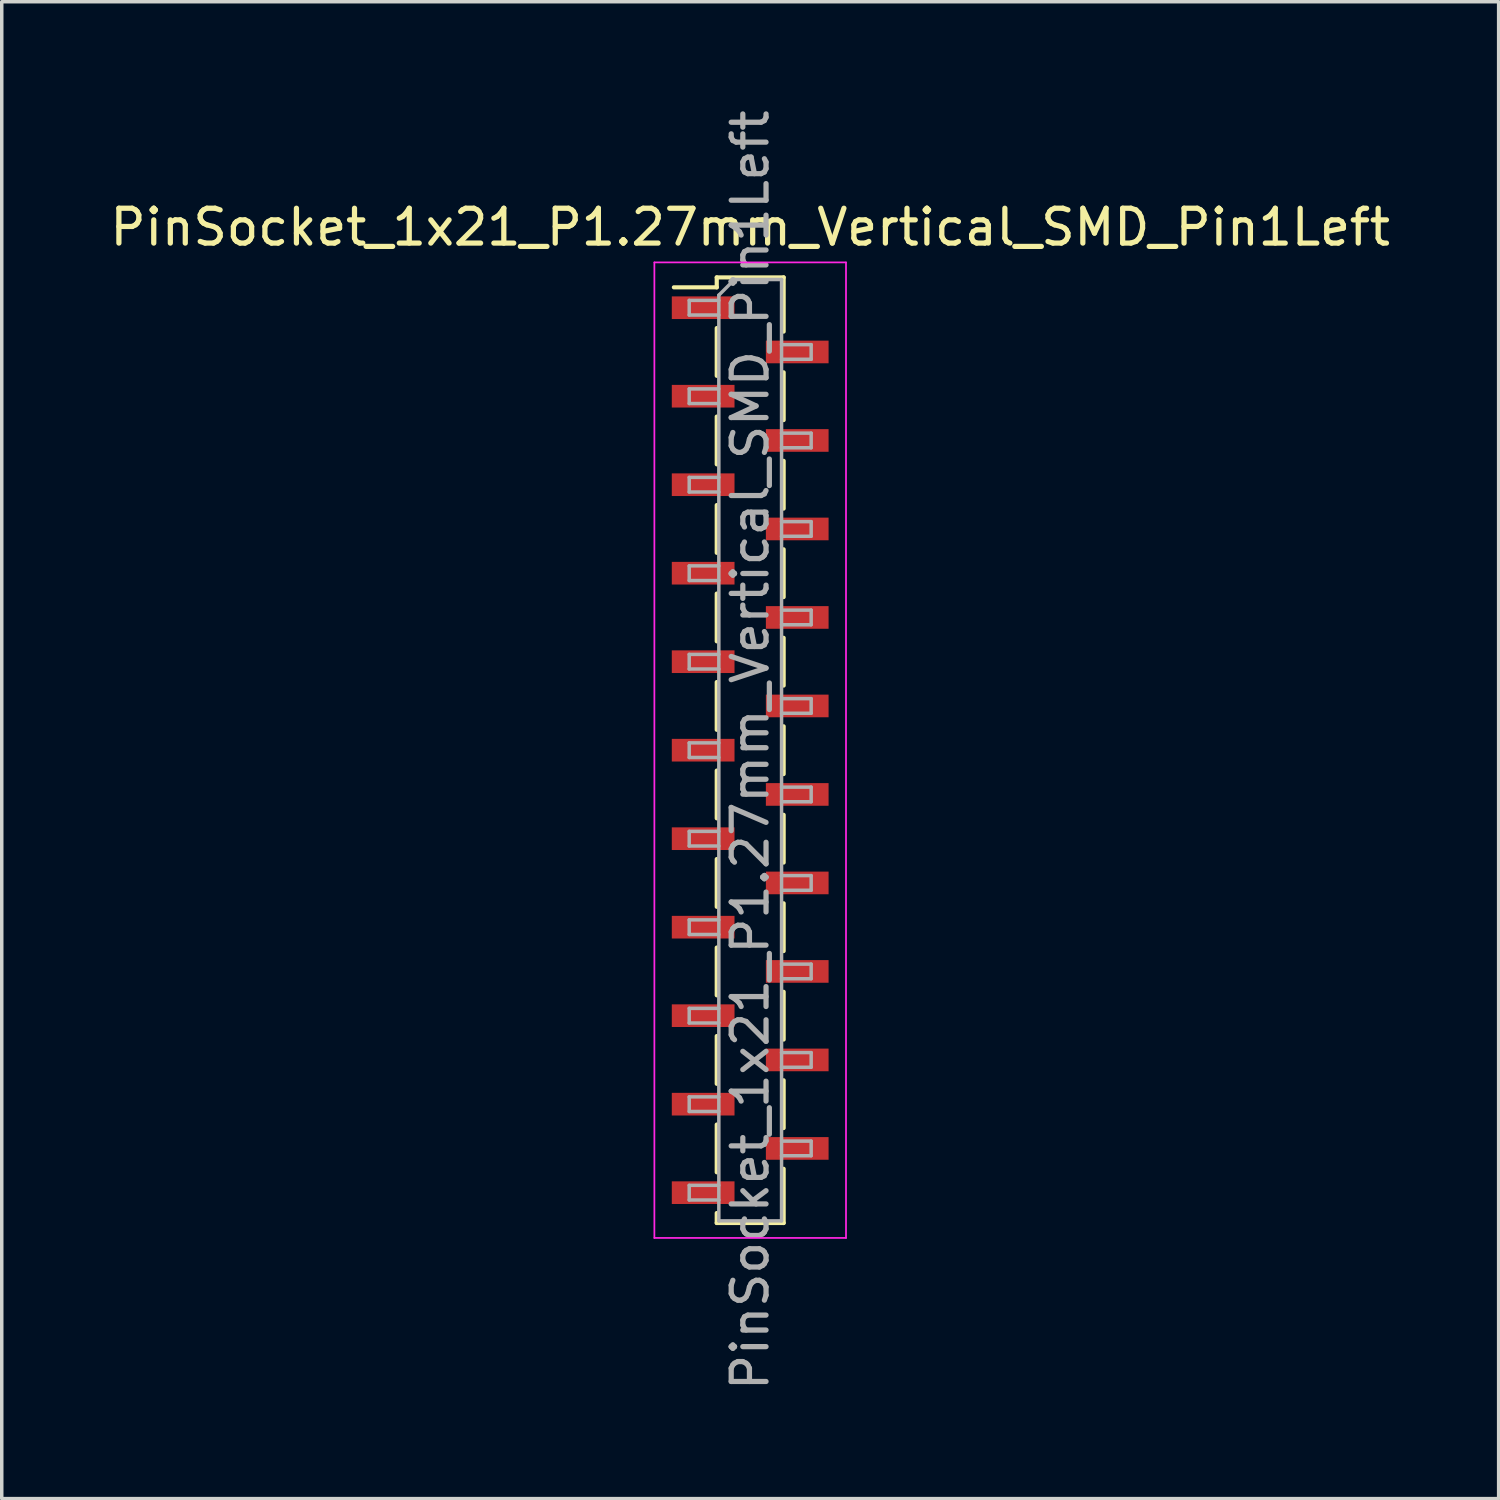
<source format=kicad_pcb>
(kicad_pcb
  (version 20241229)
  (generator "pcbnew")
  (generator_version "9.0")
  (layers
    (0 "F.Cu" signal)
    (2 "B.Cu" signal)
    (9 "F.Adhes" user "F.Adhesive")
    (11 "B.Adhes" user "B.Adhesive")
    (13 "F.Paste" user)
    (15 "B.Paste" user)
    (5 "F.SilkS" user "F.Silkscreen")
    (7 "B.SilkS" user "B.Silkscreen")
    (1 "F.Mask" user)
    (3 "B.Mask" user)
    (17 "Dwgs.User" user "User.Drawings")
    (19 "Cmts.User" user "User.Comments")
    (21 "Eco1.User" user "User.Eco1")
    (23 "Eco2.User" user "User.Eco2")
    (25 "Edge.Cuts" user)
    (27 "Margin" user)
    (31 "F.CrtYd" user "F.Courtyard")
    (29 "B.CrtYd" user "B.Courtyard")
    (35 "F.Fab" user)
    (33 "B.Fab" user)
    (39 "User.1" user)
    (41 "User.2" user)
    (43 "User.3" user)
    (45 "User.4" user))
  (footprint "PinSocket_1x21_P1.27mm_Vertical_SMD_Pin1Left"
    (layer "F.Cu")
    (at 18.482 18.482)
    (property "Reference" "PinSocket_1x21_P1.27mm_Vertical_SMD_Pin1Left" (at 0 -15.01 0) (layer "F.SilkS") (effects (font (size 1 1) (thickness 0.15))))
    (attr smd)
    (fp_line (start -2.19 -13.285) (end -0.96 -13.285) (stroke (width 0.12) (type solid)) (layer "F.SilkS"))
    (fp_line (start -0.96 -13.57) (end -0.96 -13.285) (stroke (width 0.12) (type solid)) (layer "F.SilkS"))
    (fp_line (start -0.96 -13.57) (end 0.96 -13.57) (stroke (width 0.12) (type solid)) (layer "F.SilkS"))
    (fp_line (start -0.96 -12.115) (end -0.96 -10.745) (stroke (width 0.12) (type solid)) (layer "F.SilkS"))
    (fp_line (start -0.96 -9.575) (end -0.96 -8.205) (stroke (width 0.12) (type solid)) (layer "F.SilkS"))
    (fp_line (start -0.96 -7.035) (end -0.96 -5.665) (stroke (width 0.12) (type solid)) (layer "F.SilkS"))
    (fp_line (start -0.96 -4.495) (end -0.96 -3.125) (stroke (width 0.12) (type solid)) (layer "F.SilkS"))
    (fp_line (start -0.96 -1.955) (end -0.96 -0.585) (stroke (width 0.12) (type solid)) (layer "F.SilkS"))
    (fp_line (start -0.96 0.585) (end -0.96 1.955) (stroke (width 0.12) (type solid)) (layer "F.SilkS"))
    (fp_line (start -0.96 3.125) (end -0.96 4.495) (stroke (width 0.12) (type solid)) (layer "F.SilkS"))
    (fp_line (start -0.96 5.665) (end -0.96 7.035) (stroke (width 0.12) (type solid)) (layer "F.SilkS"))
    (fp_line (start -0.96 8.205) (end -0.96 9.575) (stroke (width 0.12) (type solid)) (layer "F.SilkS"))
    (fp_line (start -0.96 10.745) (end -0.96 12.115) (stroke (width 0.12) (type solid)) (layer "F.SilkS"))
    (fp_line (start -0.96 13.285) (end -0.96 13.57) (stroke (width 0.12) (type solid)) (layer "F.SilkS"))
    (fp_line (start -0.96 13.57) (end 0.96 13.57) (stroke (width 0.12) (type solid)) (layer "F.SilkS"))
    (fp_line (start 0.96 -13.57) (end 0.96 -12.015) (stroke (width 0.12) (type solid)) (layer "F.SilkS"))
    (fp_line (start 0.96 -10.845) (end 0.96 -9.475) (stroke (width 0.12) (type solid)) (layer "F.SilkS"))
    (fp_line (start 0.96 -8.305) (end 0.96 -6.935) (stroke (width 0.12) (type solid)) (layer "F.SilkS"))
    (fp_line (start 0.96 -5.765) (end 0.96 -4.395) (stroke (width 0.12) (type solid)) (layer "F.SilkS"))
    (fp_line (start 0.96 -3.225) (end 0.96 -1.855) (stroke (width 0.12) (type solid)) (layer "F.SilkS"))
    (fp_line (start 0.96 -0.685) (end 0.96 0.685) (stroke (width 0.12) (type solid)) (layer "F.SilkS"))
    (fp_line (start 0.96 1.855) (end 0.96 3.225) (stroke (width 0.12) (type solid)) (layer "F.SilkS"))
    (fp_line (start 0.96 4.395) (end 0.96 5.765) (stroke (width 0.12) (type solid)) (layer "F.SilkS"))
    (fp_line (start 0.96 6.935) (end 0.96 8.305) (stroke (width 0.12) (type solid)) (layer "F.SilkS"))
    (fp_line (start 0.96 9.475) (end 0.96 10.845) (stroke (width 0.12) (type solid)) (layer "F.SilkS"))
    (fp_line (start 0.96 12.015) (end 0.96 13.57) (stroke (width 0.12) (type solid)) (layer "F.SilkS"))
    (fp_line (start -2.75 -14) (end 2.75 -14) (stroke (width 0.05) (type solid)) (layer "F.CrtYd"))
    (fp_line (start -2.75 14) (end -2.75 -14) (stroke (width 0.05) (type solid)) (layer "F.CrtYd"))
    (fp_line (start 2.75 -14) (end 2.75 14) (stroke (width 0.05) (type solid)) (layer "F.CrtYd"))
    (fp_line (start 2.75 14) (end -2.75 14) (stroke (width 0.05) (type solid)) (layer "F.CrtYd"))
    (fp_line (start -1.75 -12.91) (end -0.9 -12.91) (stroke (width 0.1) (type solid)) (layer "F.Fab"))
    (fp_line (start -1.75 -12.49) (end -1.75 -12.91) (stroke (width 0.1) (type solid)) (layer "F.Fab"))
    (fp_line (start -1.75 -10.37) (end -0.9 -10.37) (stroke (width 0.1) (type solid)) (layer "F.Fab"))
    (fp_line (start -1.75 -9.95) (end -1.75 -10.37) (stroke (width 0.1) (type solid)) (layer "F.Fab"))
    (fp_line (start -1.75 -7.83) (end -0.9 -7.83) (stroke (width 0.1) (type solid)) (layer "F.Fab"))
    (fp_line (start -1.75 -7.41) (end -1.75 -7.83) (stroke (width 0.1) (type solid)) (layer "F.Fab"))
    (fp_line (start -1.75 -5.29) (end -0.9 -5.29) (stroke (width 0.1) (type solid)) (layer "F.Fab"))
    (fp_line (start -1.75 -4.87) (end -1.75 -5.29) (stroke (width 0.1) (type solid)) (layer "F.Fab"))
    (fp_line (start -1.75 -2.75) (end -0.9 -2.75) (stroke (width 0.1) (type solid)) (layer "F.Fab"))
    (fp_line (start -1.75 -2.33) (end -1.75 -2.75) (stroke (width 0.1) (type solid)) (layer "F.Fab"))
    (fp_line (start -1.75 -0.21) (end -0.9 -0.21) (stroke (width 0.1) (type solid)) (layer "F.Fab"))
    (fp_line (start -1.75 0.21) (end -1.75 -0.21) (stroke (width 0.1) (type solid)) (layer "F.Fab"))
    (fp_line (start -1.75 2.33) (end -0.9 2.33) (stroke (width 0.1) (type solid)) (layer "F.Fab"))
    (fp_line (start -1.75 2.75) (end -1.75 2.33) (stroke (width 0.1) (type solid)) (layer "F.Fab"))
    (fp_line (start -1.75 4.87) (end -0.9 4.87) (stroke (width 0.1) (type solid)) (layer "F.Fab"))
    (fp_line (start -1.75 5.29) (end -1.75 4.87) (stroke (width 0.1) (type solid)) (layer "F.Fab"))
    (fp_line (start -1.75 7.41) (end -0.9 7.41) (stroke (width 0.1) (type solid)) (layer "F.Fab"))
    (fp_line (start -1.75 7.83) (end -1.75 7.41) (stroke (width 0.1) (type solid)) (layer "F.Fab"))
    (fp_line (start -1.75 9.95) (end -0.9 9.95) (stroke (width 0.1) (type solid)) (layer "F.Fab"))
    (fp_line (start -1.75 10.37) (end -1.75 9.95) (stroke (width 0.1) (type solid)) (layer "F.Fab"))
    (fp_line (start -1.75 12.49) (end -0.9 12.49) (stroke (width 0.1) (type solid)) (layer "F.Fab"))
    (fp_line (start -1.75 12.91) (end -1.75 12.49) (stroke (width 0.1) (type solid)) (layer "F.Fab"))
    (fp_line (start -0.9 -13.06) (end -0.45 -13.51) (stroke (width 0.1) (type solid)) (layer "F.Fab"))
    (fp_line (start -0.9 -12.49) (end -1.75 -12.49) (stroke (width 0.1) (type solid)) (layer "F.Fab"))
    (fp_line (start -0.9 -9.95) (end -1.75 -9.95) (stroke (width 0.1) (type solid)) (layer "F.Fab"))
    (fp_line (start -0.9 -7.41) (end -1.75 -7.41) (stroke (width 0.1) (type solid)) (layer "F.Fab"))
    (fp_line (start -0.9 -4.87) (end -1.75 -4.87) (stroke (width 0.1) (type solid)) (layer "F.Fab"))
    (fp_line (start -0.9 -2.33) (end -1.75 -2.33) (stroke (width 0.1) (type solid)) (layer "F.Fab"))
    (fp_line (start -0.9 0.21) (end -1.75 0.21) (stroke (width 0.1) (type solid)) (layer "F.Fab"))
    (fp_line (start -0.9 2.75) (end -1.75 2.75) (stroke (width 0.1) (type solid)) (layer "F.Fab"))
    (fp_line (start -0.9 5.29) (end -1.75 5.29) (stroke (width 0.1) (type solid)) (layer "F.Fab"))
    (fp_line (start -0.9 7.83) (end -1.75 7.83) (stroke (width 0.1) (type solid)) (layer "F.Fab"))
    (fp_line (start -0.9 10.37) (end -1.75 10.37) (stroke (width 0.1) (type solid)) (layer "F.Fab"))
    (fp_line (start -0.9 12.91) (end -1.75 12.91) (stroke (width 0.1) (type solid)) (layer "F.Fab"))
    (fp_line (start -0.9 13.51) (end -0.9 -13.06) (stroke (width 0.1) (type solid)) (layer "F.Fab"))
    (fp_line (start -0.45 -13.51) (end 0.9 -13.51) (stroke (width 0.1) (type solid)) (layer "F.Fab"))
    (fp_line (start 0.9 -13.51) (end 0.9 13.51) (stroke (width 0.1) (type solid)) (layer "F.Fab"))
    (fp_line (start 0.9 -11.64) (end 1.75 -11.64) (stroke (width 0.1) (type solid)) (layer "F.Fab"))
    (fp_line (start 0.9 -9.1) (end 1.75 -9.1) (stroke (width 0.1) (type solid)) (layer "F.Fab"))
    (fp_line (start 0.9 -6.56) (end 1.75 -6.56) (stroke (width 0.1) (type solid)) (layer "F.Fab"))
    (fp_line (start 0.9 -4.02) (end 1.75 -4.02) (stroke (width 0.1) (type solid)) (layer "F.Fab"))
    (fp_line (start 0.9 -1.48) (end 1.75 -1.48) (stroke (width 0.1) (type solid)) (layer "F.Fab"))
    (fp_line (start 0.9 1.06) (end 1.75 1.06) (stroke (width 0.1) (type solid)) (layer "F.Fab"))
    (fp_line (start 0.9 3.6) (end 1.75 3.6) (stroke (width 0.1) (type solid)) (layer "F.Fab"))
    (fp_line (start 0.9 6.14) (end 1.75 6.14) (stroke (width 0.1) (type solid)) (layer "F.Fab"))
    (fp_line (start 0.9 8.68) (end 1.75 8.68) (stroke (width 0.1) (type solid)) (layer "F.Fab"))
    (fp_line (start 0.9 11.22) (end 1.75 11.22) (stroke (width 0.1) (type solid)) (layer "F.Fab"))
    (fp_line (start 0.9 13.51) (end -0.9 13.51) (stroke (width 0.1) (type solid)) (layer "F.Fab"))
    (fp_line (start 1.75 -11.64) (end 1.75 -11.22) (stroke (width 0.1) (type solid)) (layer "F.Fab"))
    (fp_line (start 1.75 -11.22) (end 0.9 -11.22) (stroke (width 0.1) (type solid)) (layer "F.Fab"))
    (fp_line (start 1.75 -9.1) (end 1.75 -8.68) (stroke (width 0.1) (type solid)) (layer "F.Fab"))
    (fp_line (start 1.75 -8.68) (end 0.9 -8.68) (stroke (width 0.1) (type solid)) (layer "F.Fab"))
    (fp_line (start 1.75 -6.56) (end 1.75 -6.14) (stroke (width 0.1) (type solid)) (layer "F.Fab"))
    (fp_line (start 1.75 -6.14) (end 0.9 -6.14) (stroke (width 0.1) (type solid)) (layer "F.Fab"))
    (fp_line (start 1.75 -4.02) (end 1.75 -3.6) (stroke (width 0.1) (type solid)) (layer "F.Fab"))
    (fp_line (start 1.75 -3.6) (end 0.9 -3.6) (stroke (width 0.1) (type solid)) (layer "F.Fab"))
    (fp_line (start 1.75 -1.48) (end 1.75 -1.06) (stroke (width 0.1) (type solid)) (layer "F.Fab"))
    (fp_line (start 1.75 -1.06) (end 0.9 -1.06) (stroke (width 0.1) (type solid)) (layer "F.Fab"))
    (fp_line (start 1.75 1.06) (end 1.75 1.48) (stroke (width 0.1) (type solid)) (layer "F.Fab"))
    (fp_line (start 1.75 1.48) (end 0.9 1.48) (stroke (width 0.1) (type solid)) (layer "F.Fab"))
    (fp_line (start 1.75 3.6) (end 1.75 4.02) (stroke (width 0.1) (type solid)) (layer "F.Fab"))
    (fp_line (start 1.75 4.02) (end 0.9 4.02) (stroke (width 0.1) (type solid)) (layer "F.Fab"))
    (fp_line (start 1.75 6.14) (end 1.75 6.56) (stroke (width 0.1) (type solid)) (layer "F.Fab"))
    (fp_line (start 1.75 6.56) (end 0.9 6.56) (stroke (width 0.1) (type solid)) (layer "F.Fab"))
    (fp_line (start 1.75 8.68) (end 1.75 9.1) (stroke (width 0.1) (type solid)) (layer "F.Fab"))
    (fp_line (start 1.75 9.1) (end 0.9 9.1) (stroke (width 0.1) (type solid)) (layer "F.Fab"))
    (fp_line (start 1.75 11.22) (end 1.75 11.64) (stroke (width 0.1) (type solid)) (layer "F.Fab"))
    (fp_line (start 1.75 11.64) (end 0.9 11.64) (stroke (width 0.1) (type solid)) (layer "F.Fab"))
    (fp_text user "${REFERENCE}" (at 0 0 90) (layer "F.Fab") (effects (font (size 1 1) (thickness 0.15))))
    (pad "1" smd rect (at -1.35 -12.7) (size 1.8 0.65) (layers "F.Cu" "F.Mask" "F.Paste"))
    (pad "2" smd rect (at 1.35 -11.43) (size 1.8 0.65) (layers "F.Cu" "F.Mask" "F.Paste"))
    (pad "3" smd rect (at -1.35 -10.16) (size 1.8 0.65) (layers "F.Cu" "F.Mask" "F.Paste"))
    (pad "4" smd rect (at 1.35 -8.89) (size 1.8 0.65) (layers "F.Cu" "F.Mask" "F.Paste"))
    (pad "5" smd rect (at -1.35 -7.62) (size 1.8 0.65) (layers "F.Cu" "F.Mask" "F.Paste"))
    (pad "6" smd rect (at 1.35 -6.35) (size 1.8 0.65) (layers "F.Cu" "F.Mask" "F.Paste"))
    (pad "7" smd rect (at -1.35 -5.08) (size 1.8 0.65) (layers "F.Cu" "F.Mask" "F.Paste"))
    (pad "8" smd rect (at 1.35 -3.81) (size 1.8 0.65) (layers "F.Cu" "F.Mask" "F.Paste"))
    (pad "9" smd rect (at -1.35 -2.54) (size 1.8 0.65) (layers "F.Cu" "F.Mask" "F.Paste"))
    (pad "10" smd rect (at 1.35 -1.27) (size 1.8 0.65) (layers "F.Cu" "F.Mask" "F.Paste"))
    (pad "11" smd rect (at -1.35 0) (size 1.8 0.65) (layers "F.Cu" "F.Mask" "F.Paste"))
    (pad "12" smd rect (at 1.35 1.27) (size 1.8 0.65) (layers "F.Cu" "F.Mask" "F.Paste"))
    (pad "13" smd rect (at -1.35 2.54) (size 1.8 0.65) (layers "F.Cu" "F.Mask" "F.Paste"))
    (pad "14" smd rect (at 1.35 3.81) (size 1.8 0.65) (layers "F.Cu" "F.Mask" "F.Paste"))
    (pad "15" smd rect (at -1.35 5.08) (size 1.8 0.65) (layers "F.Cu" "F.Mask" "F.Paste"))
    (pad "16" smd rect (at 1.35 6.35) (size 1.8 0.65) (layers "F.Cu" "F.Mask" "F.Paste"))
    (pad "17" smd rect (at -1.35 7.62) (size 1.8 0.65) (layers "F.Cu" "F.Mask" "F.Paste"))
    (pad "18" smd rect (at 1.35 8.89) (size 1.8 0.65) (layers "F.Cu" "F.Mask" "F.Paste"))
    (pad "19" smd rect (at -1.35 10.16) (size 1.8 0.65) (layers "F.Cu" "F.Mask" "F.Paste"))
    (pad "20" smd rect (at 1.35 11.43) (size 1.8 0.65) (layers "F.Cu" "F.Mask" "F.Paste"))
    (pad "21" smd rect (at -1.35 12.7) (size 1.8 0.65) (layers "F.Cu" "F.Mask" "F.Paste")))
  (gr_rect
    (start -3 -3)
    (end 39.964 39.964)
    (stroke (width 0.1) (type default))
    (fill no)
    (layer "Edge.Cuts")))
</source>
